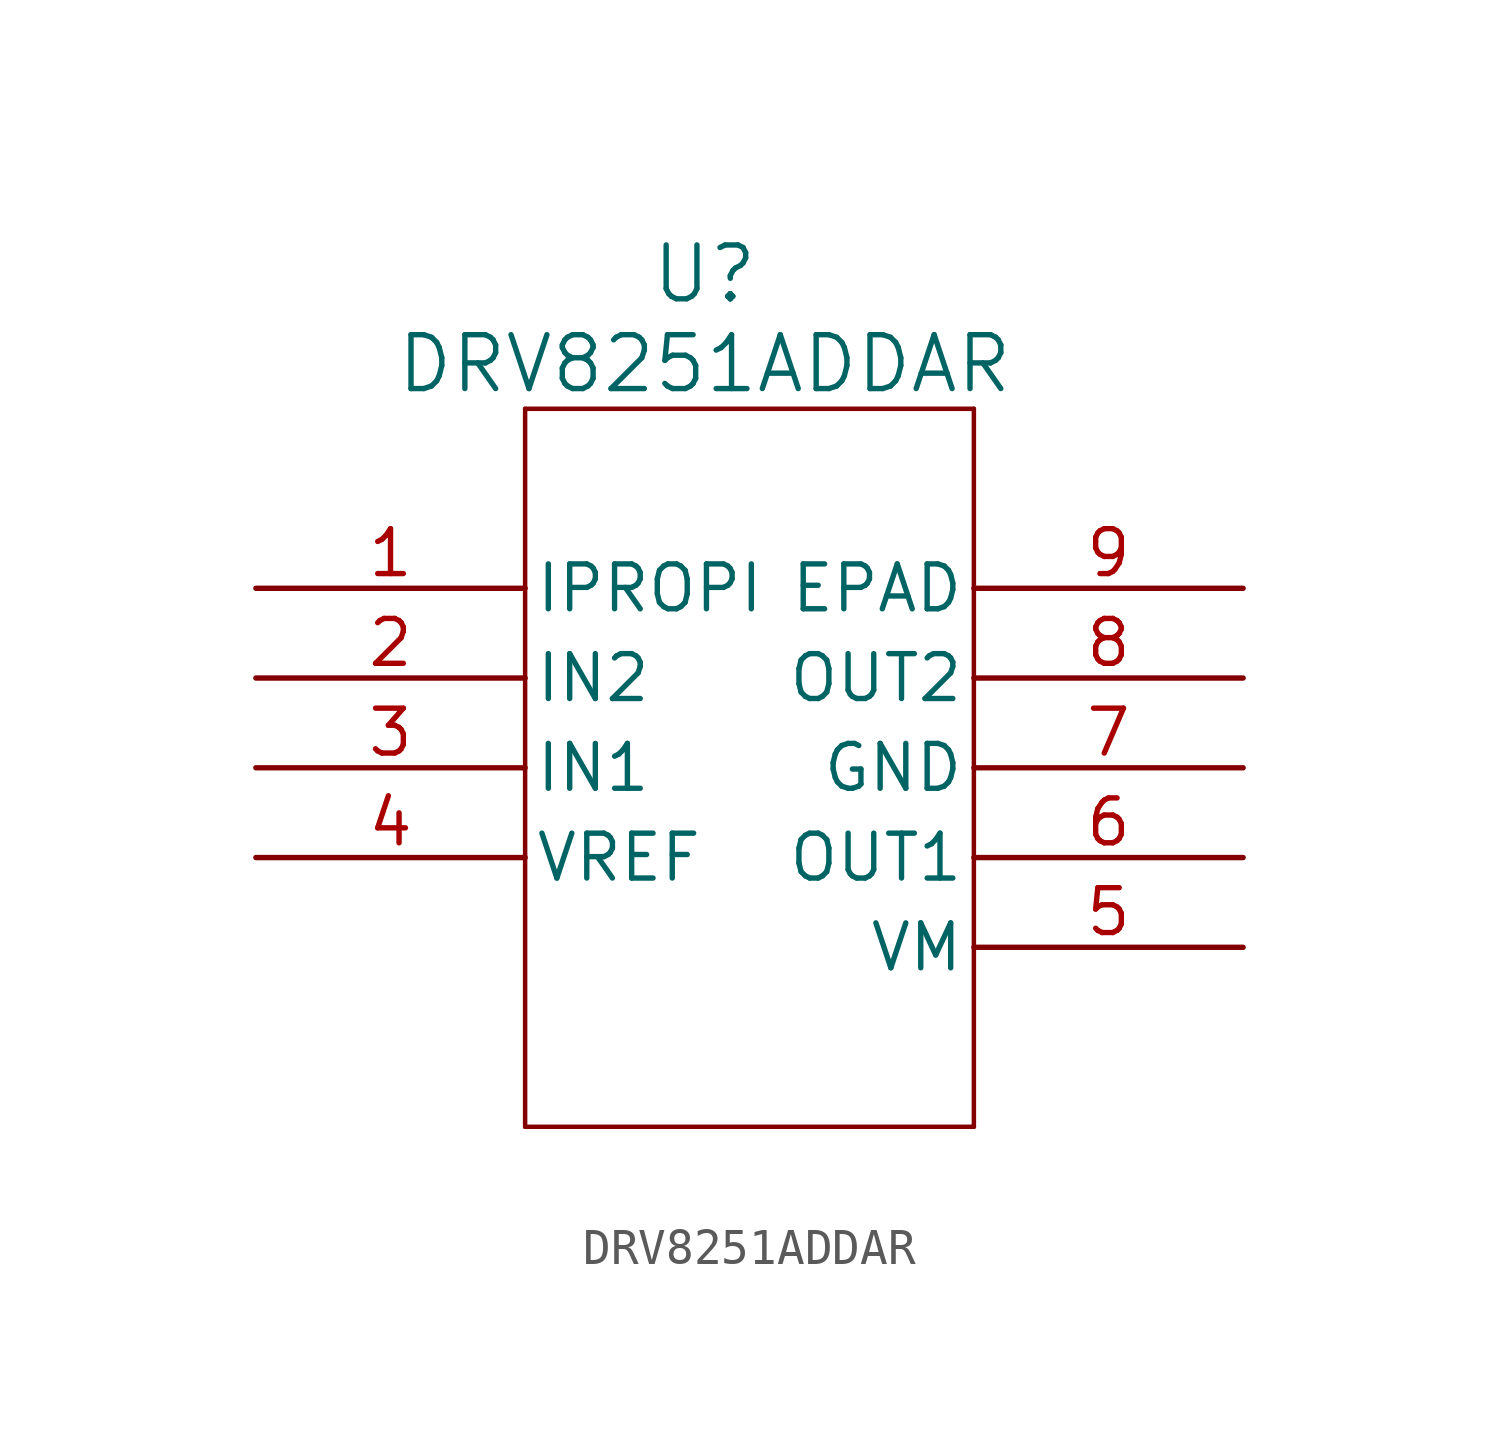
<source format=kicad_sym>
(kicad_symbol_lib
  (version 20220914)
  (generator kicad_symbol_editor)
  (symbol "DRV8251ADDAR"
    (pin_names
      (offset 0.254))
    (property "Reference" "U"
      (at -2.54 13.97 0)
      (effects (font (size 1.524 1.524))))
    (property "Value" "DRV8251ADDAR"
      (at -2.54 11.43 0)
      (effects (font (size 1.524 1.524))))
    (property "ki_locked" ""
      (at 0 0 0)
      (effects (font (size 1.27 1.27))))
    (symbol "DRV8251ADDAR_0_1"
      (polyline (pts (xy -7.62 -10.16) (xy 5.08 -10.16)) (stroke (width 0.127) (type default)) (fill (type none)))
      (polyline (pts (xy -7.62 10.16) (xy -7.62 -10.16)) (stroke (width 0.127) (type default)) (fill (type none)))
      (polyline (pts (xy 5.08 -10.16) (xy 5.08 10.16)) (stroke (width 0.127) (type default)) (fill (type none)))
      (polyline (pts (xy 5.08 10.16) (xy -7.62 10.16)) (stroke (width 0.127) (type default)) (fill (type none)))
      (pin power_out line (at -15.24 5.08 0) (length 7.62) (name "IPROPI" (effects (font (size 1.27 1.27)))) (number "1" (effects (font (size 1.27 1.27)))))
      (pin input line (at -15.24 2.54 0) (length 7.62) (name "IN2" (effects (font (size 1.27 1.27)))) (number "2" (effects (font (size 1.27 1.27)))))
      (pin input line (at -15.24 0 0) (length 7.62) (name "IN1" (effects (font (size 1.27 1.27)))) (number "3" (effects (font (size 1.27 1.27)))))
      (pin power_in line (at -15.24 -2.54 0) (length 7.62) (name "VREF" (effects (font (size 1.27 1.27)))) (number "4" (effects (font (size 1.27 1.27)))))
      (pin power_in line (at 12.7 -5.08 180) (length 7.62) (name "VM" (effects (font (size 1.27 1.27)))) (number "5" (effects (font (size 1.27 1.27)))))
      (pin bidirectional line (at 12.7 -2.54 180) (length 7.62) (name "OUT1" (effects (font (size 1.27 1.27)))) (number "6" (effects (font (size 1.27 1.27)))))
      (pin power_out line (at 12.7 0 180) (length 7.62) (name "GND" (effects (font (size 1.27 1.27)))) (number "7" (effects (font (size 1.27 1.27)))))
      (pin bidirectional line (at 12.7 2.54 180) (length 7.62) (name "OUT2" (effects (font (size 1.27 1.27)))) (number "8" (effects (font (size 1.27 1.27))))))
    (symbol "DRV8251ADDAR_1_1"
      (pin power_out line (at 12.7 5.08 180) (length 7.62) (name "EPAD" (effects (font (size 1.27 1.27)))) (number "9" (effects (font (size 1.27 1.27))))))))
</source>
